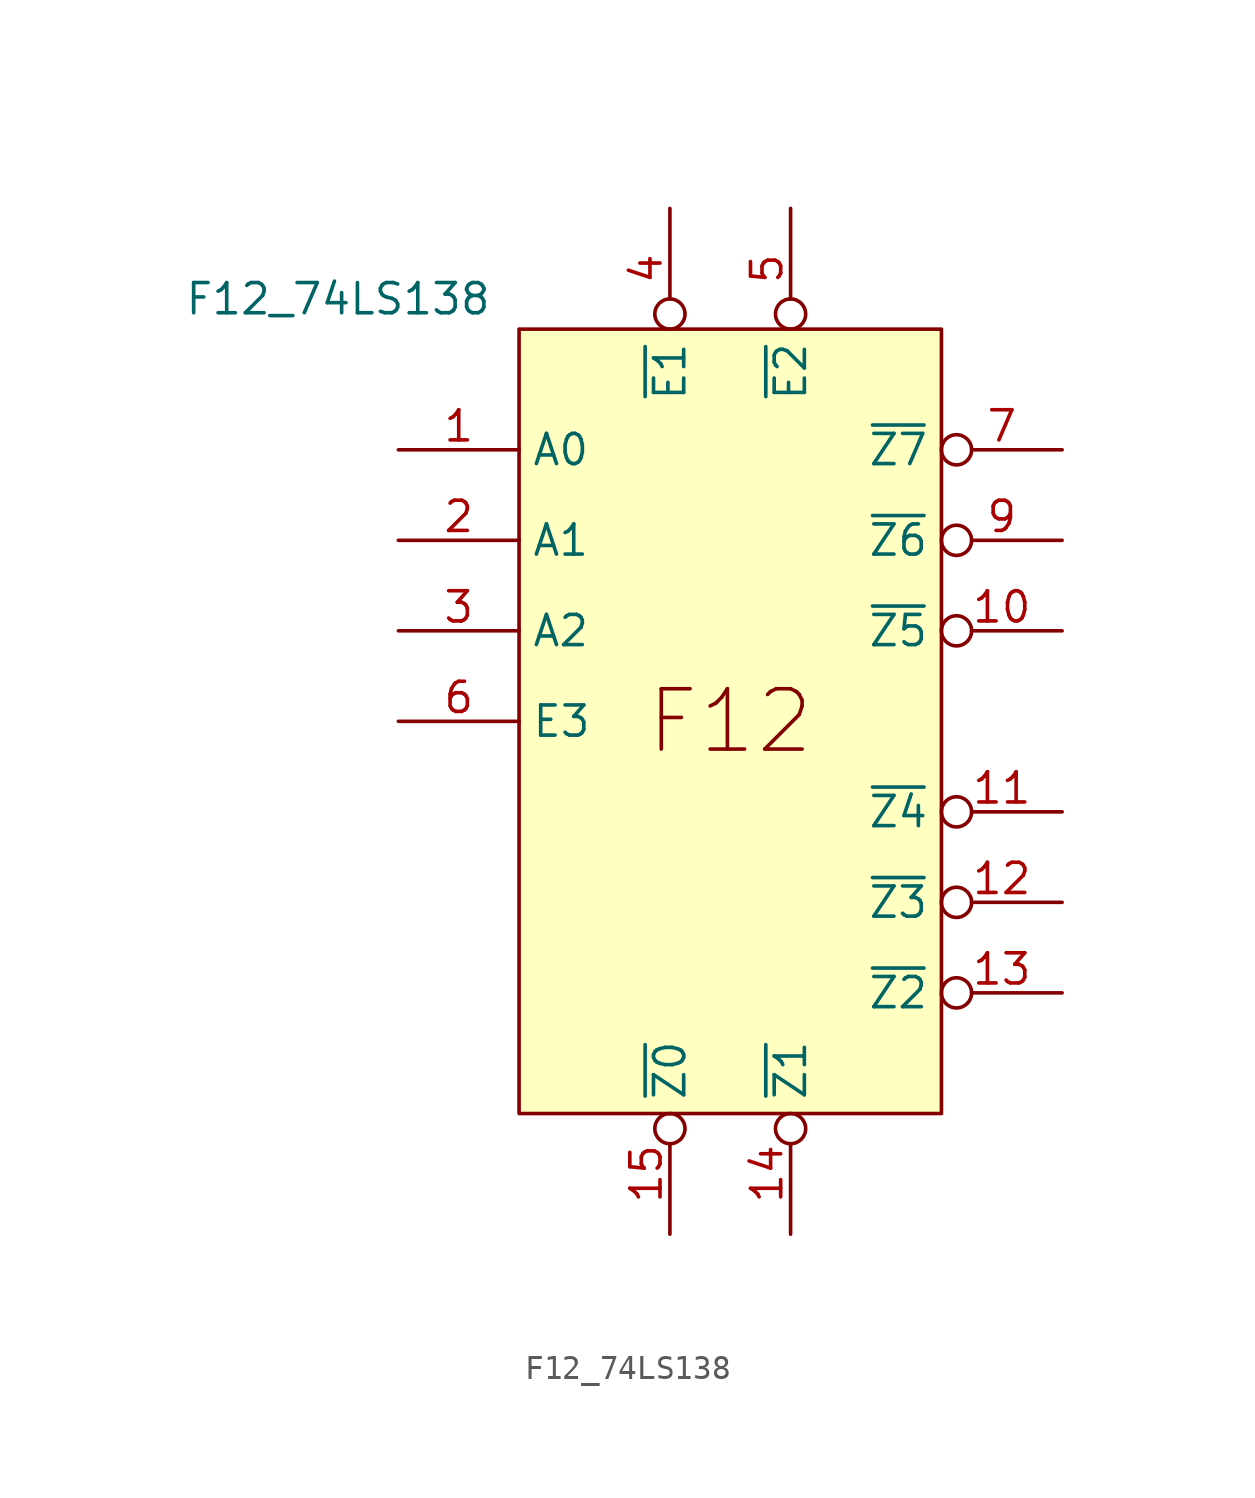
<source format=kicad_sym>
(kicad_symbol_lib
  (version 20211014)
  (generator kicad_symbol_editor)
  (symbol "F12_74LS138"
    (property "Reference" "U"
      (at -17.78 8.89 0)
      (effects (font (size 1.27 1.27)) hide))
    (property "Value" "F12_74LS138"
      (at -7.62 1.27 0)
      (effects (font (size 1.27 1.27))))
    (symbol "F12_74LS138_0_0"
      (rectangle (start 0 0) (end 17.78 -33.02) (stroke (width 0) (type default) (color 0 0 0 0)) (fill (type background)))
      (text "F12" (at 8.89 -16.51 0) (effects (font (size 2.54 2.54)))))
    (symbol "F12_74LS138_1_0"
      (pin passive line (at -5.08 -5.08 0) (length 5.08) (name "A0" (effects (font (size 1.27 1.27)))) (number "1" (effects (font (size 1.27 1.27)))))
      (pin passive inverted (at 22.86 -12.7 180) (length 5.08) (name "~{Z5}" (effects (font (size 1.27 1.27)))) (number "10" (effects (font (size 1.27 1.27)))))
      (pin passive inverted (at 22.86 -20.32 180) (length 5.08) (name "~{Z4}" (effects (font (size 1.27 1.27)))) (number "11" (effects (font (size 1.27 1.27)))))
      (pin passive inverted (at 22.86 -24.13 180) (length 5.08) (name "~{Z3}" (effects (font (size 1.27 1.27)))) (number "12" (effects (font (size 1.27 1.27)))))
      (pin passive inverted (at 22.86 -27.94 180) (length 5.08) (name "~{Z2}" (effects (font (size 1.27 1.27)))) (number "13" (effects (font (size 1.27 1.27)))))
      (pin passive inverted (at 11.43 -38.1 90) (length 5.08) (name "~{Z1}" (effects (font (size 1.27 1.27)))) (number "14" (effects (font (size 1.27 1.27)))))
      (pin passive inverted (at 6.35 -38.1 90) (length 5.08) (name "~{Z0}" (effects (font (size 1.27 1.27)))) (number "15" (effects (font (size 1.27 1.27)))))
      (pin passive line (at -5.08 -8.89 0) (length 5.08) (name "A1" (effects (font (size 1.27 1.27)))) (number "2" (effects (font (size 1.27 1.27)))))
      (pin passive line (at -5.08 -12.7 0) (length 5.08) (name "A2" (effects (font (size 1.27 1.27)))) (number "3" (effects (font (size 1.27 1.27)))))
      (pin passive inverted (at 6.35 5.08 270) (length 5.08) (name "~{E1}" (effects (font (size 1.27 1.27)))) (number "4" (effects (font (size 1.27 1.27)))))
      (pin passive inverted (at 11.43 5.08 270) (length 5.08) (name "~{E2}" (effects (font (size 1.27 1.27)))) (number "5" (effects (font (size 1.27 1.27)))))
      (pin passive line (at -5.08 -16.51 0) (length 5.08) (name "E3" (effects (font (size 1.27 1.27)))) (number "6" (effects (font (size 1.27 1.27)))))
      (pin passive inverted (at 22.86 -5.08 180) (length 5.08) (name "~{Z7}" (effects (font (size 1.27 1.27)))) (number "7" (effects (font (size 1.27 1.27)))))
      (pin passive inverted (at 22.86 -8.89 180) (length 5.08) (name "~{Z6}" (effects (font (size 1.27 1.27)))) (number "9" (effects (font (size 1.27 1.27))))))))
</source>
